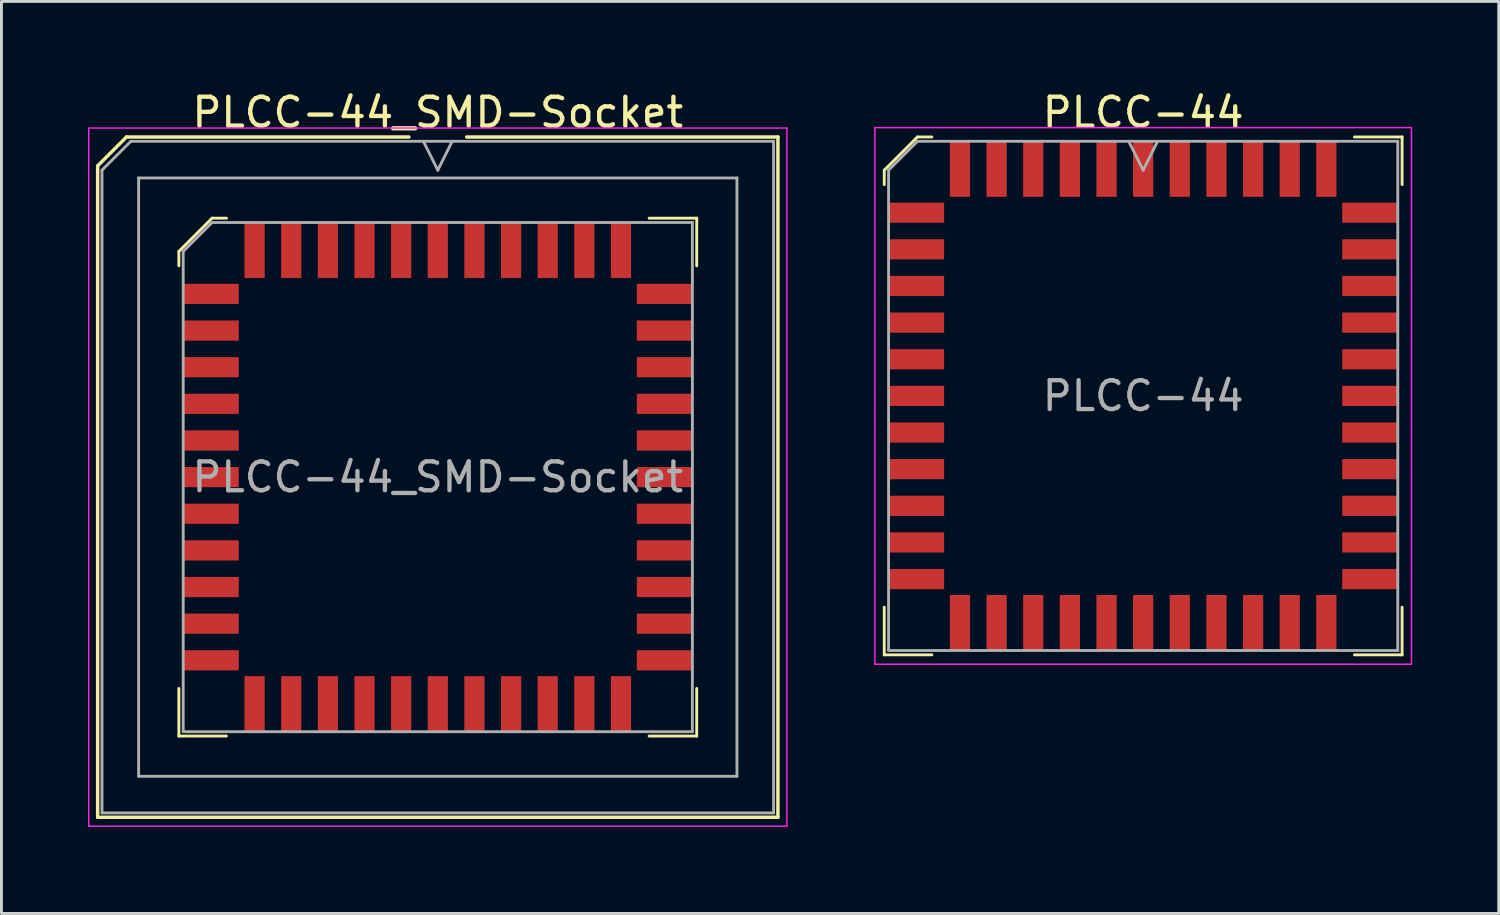
<source format=kicad_pcb>
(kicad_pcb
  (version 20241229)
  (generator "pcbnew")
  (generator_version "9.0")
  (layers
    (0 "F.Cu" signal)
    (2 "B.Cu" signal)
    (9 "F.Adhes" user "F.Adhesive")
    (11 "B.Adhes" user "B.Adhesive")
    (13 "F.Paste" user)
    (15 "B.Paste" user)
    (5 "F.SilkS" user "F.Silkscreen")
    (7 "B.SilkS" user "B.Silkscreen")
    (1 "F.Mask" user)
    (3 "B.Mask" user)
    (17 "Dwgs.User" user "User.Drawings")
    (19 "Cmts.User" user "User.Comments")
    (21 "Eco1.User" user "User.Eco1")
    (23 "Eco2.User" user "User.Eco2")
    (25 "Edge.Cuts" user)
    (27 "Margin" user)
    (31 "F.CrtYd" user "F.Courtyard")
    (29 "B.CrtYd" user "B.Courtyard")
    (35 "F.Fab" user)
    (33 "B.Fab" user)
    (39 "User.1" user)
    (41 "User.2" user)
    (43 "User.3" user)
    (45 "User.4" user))
  (footprint "PLCC-44_SMD-Socket"
    (layer "F.Cu")
    (at 12.125 13.488)
    (property "Reference" "PLCC-44_SMD-Socket" (at 0 -12.64 0) (layer "F.SilkS") (effects (font (size 1 1) (thickness 0.15))))
    (attr smd)
    (fp_line (start -11.79 -10.79) (end -11.79 11.79) (stroke (width 0.12) (type solid)) (layer "F.SilkS"))
    (fp_line (start -11.79 11.79) (end 11.79 11.79) (stroke (width 0.12) (type solid)) (layer "F.SilkS"))
    (fp_line (start -10.79 -11.79) (end -11.79 -10.79) (stroke (width 0.12) (type solid)) (layer "F.SilkS"))
    (fp_line (start -8.975 -7.825) (end -8.975 -7.325) (stroke (width 0.1) (type solid)) (layer "F.SilkS"))
    (fp_line (start -8.975 8.975) (end -8.975 7.325) (stroke (width 0.1) (type solid)) (layer "F.SilkS"))
    (fp_line (start -7.825 -8.975) (end -8.975 -7.825) (stroke (width 0.1) (type solid)) (layer "F.SilkS"))
    (fp_line (start -7.325 -8.975) (end -7.825 -8.975) (stroke (width 0.1) (type solid)) (layer "F.SilkS"))
    (fp_line (start -7.325 8.975) (end -8.975 8.975) (stroke (width 0.1) (type solid)) (layer "F.SilkS"))
    (fp_line (start -1 -11.79) (end -10.79 -11.79) (stroke (width 0.12) (type solid)) (layer "F.SilkS"))
    (fp_line (start 7.325 -8.975) (end 8.975 -8.975) (stroke (width 0.1) (type solid)) (layer "F.SilkS"))
    (fp_line (start 7.325 8.975) (end 8.975 8.975) (stroke (width 0.1) (type solid)) (layer "F.SilkS"))
    (fp_line (start 8.975 -8.975) (end 8.975 -7.325) (stroke (width 0.1) (type solid)) (layer "F.SilkS"))
    (fp_line (start 8.975 8.975) (end 8.975 7.325) (stroke (width 0.1) (type solid)) (layer "F.SilkS"))
    (fp_line (start 11.79 -11.79) (end 1 -11.79) (stroke (width 0.12) (type solid)) (layer "F.SilkS"))
    (fp_line (start 11.79 11.79) (end 11.79 -11.79) (stroke (width 0.12) (type solid)) (layer "F.SilkS"))
    (fp_line (start -12.1 -12.1) (end -12.1 12.1) (stroke (width 0.05) (type solid)) (layer "F.CrtYd"))
    (fp_line (start -12.1 12.1) (end 12.1 12.1) (stroke (width 0.05) (type solid)) (layer "F.CrtYd"))
    (fp_line (start 12.1 -12.1) (end -12.1 -12.1) (stroke (width 0.05) (type solid)) (layer "F.CrtYd"))
    (fp_line (start 12.1 12.1) (end 12.1 -12.1) (stroke (width 0.05) (type solid)) (layer "F.CrtYd"))
    (fp_line (start -11.64 -10.64) (end -11.64 11.64) (stroke (width 0.1) (type solid)) (layer "F.Fab"))
    (fp_line (start -11.64 11.64) (end 11.64 11.64) (stroke (width 0.1) (type solid)) (layer "F.Fab"))
    (fp_line (start -10.64 -11.64) (end -11.64 -10.64) (stroke (width 0.1) (type solid)) (layer "F.Fab"))
    (fp_line (start -10.37 -10.37) (end -10.37 10.37) (stroke (width 0.1) (type solid)) (layer "F.Fab"))
    (fp_line (start -10.37 10.37) (end 10.37 10.37) (stroke (width 0.1) (type solid)) (layer "F.Fab"))
    (fp_line (start -8.825 -7.825) (end -8.825 8.825) (stroke (width 0.1) (type solid)) (layer "F.Fab"))
    (fp_line (start -8.825 8.825) (end 8.825 8.825) (stroke (width 0.1) (type solid)) (layer "F.Fab"))
    (fp_line (start -7.825 -8.825) (end -8.825 -7.825) (stroke (width 0.1) (type solid)) (layer "F.Fab"))
    (fp_line (start -0.5 -11.64) (end 0 -10.64) (stroke (width 0.1) (type solid)) (layer "F.Fab"))
    (fp_line (start 0 -10.64) (end 0.5 -11.64) (stroke (width 0.1) (type solid)) (layer "F.Fab"))
    (fp_line (start 8.825 -8.825) (end -7.825 -8.825) (stroke (width 0.1) (type solid)) (layer "F.Fab"))
    (fp_line (start 8.825 8.825) (end 8.825 -8.825) (stroke (width 0.1) (type solid)) (layer "F.Fab"))
    (fp_line (start 10.37 -10.37) (end -10.37 -10.37) (stroke (width 0.1) (type solid)) (layer "F.Fab"))
    (fp_line (start 10.37 10.37) (end 10.37 -10.37) (stroke (width 0.1) (type solid)) (layer "F.Fab"))
    (fp_line (start 11.64 -11.64) (end -10.64 -11.64) (stroke (width 0.1) (type solid)) (layer "F.Fab"))
    (fp_line (start 11.64 11.64) (end 11.64 -11.64) (stroke (width 0.1) (type solid)) (layer "F.Fab"))
    (fp_text user "${REFERENCE}" (at 0 0 0) (layer "F.Fab") (effects (font (size 1 1) (thickness 0.15))))
    (pad "1" smd rect (at 0 -7.862) (size 0.7 1.925) (layers "F.Cu" "F.Mask" "F.Paste"))
    (pad "2" smd rect (at -1.27 -7.862) (size 0.7 1.925) (layers "F.Cu" "F.Mask" "F.Paste"))
    (pad "3" smd rect (at -2.54 -7.862) (size 0.7 1.925) (layers "F.Cu" "F.Mask" "F.Paste"))
    (pad "4" smd rect (at -3.81 -7.862) (size 0.7 1.925) (layers "F.Cu" "F.Mask" "F.Paste"))
    (pad "5" smd rect (at -5.08 -7.862) (size 0.7 1.925) (layers "F.Cu" "F.Mask" "F.Paste"))
    (pad "6" smd rect (at -6.35 -7.862) (size 0.7 1.925) (layers "F.Cu" "F.Mask" "F.Paste"))
    (pad "7" smd rect (at -7.862 -6.35) (size 1.925 0.7) (layers "F.Cu" "F.Mask" "F.Paste"))
    (pad "8" smd rect (at -7.862 -5.08) (size 1.925 0.7) (layers "F.Cu" "F.Mask" "F.Paste"))
    (pad "9" smd rect (at -7.862 -3.81) (size 1.925 0.7) (layers "F.Cu" "F.Mask" "F.Paste"))
    (pad "10" smd rect (at -7.862 -2.54) (size 1.925 0.7) (layers "F.Cu" "F.Mask" "F.Paste"))
    (pad "11" smd rect (at -7.862 -1.27) (size 1.925 0.7) (layers "F.Cu" "F.Mask" "F.Paste"))
    (pad "12" smd rect (at -7.862 0) (size 1.925 0.7) (layers "F.Cu" "F.Mask" "F.Paste"))
    (pad "13" smd rect (at -7.862 1.27) (size 1.925 0.7) (layers "F.Cu" "F.Mask" "F.Paste"))
    (pad "14" smd rect (at -7.862 2.54) (size 1.925 0.7) (layers "F.Cu" "F.Mask" "F.Paste"))
    (pad "15" smd rect (at -7.862 3.81) (size 1.925 0.7) (layers "F.Cu" "F.Mask" "F.Paste"))
    (pad "16" smd rect (at -7.862 5.08) (size 1.925 0.7) (layers "F.Cu" "F.Mask" "F.Paste"))
    (pad "17" smd rect (at -7.862 6.35) (size 1.925 0.7) (layers "F.Cu" "F.Mask" "F.Paste"))
    (pad "18" smd rect (at -6.35 7.862) (size 0.7 1.925) (layers "F.Cu" "F.Mask" "F.Paste"))
    (pad "19" smd rect (at -5.08 7.862) (size 0.7 1.925) (layers "F.Cu" "F.Mask" "F.Paste"))
    (pad "20" smd rect (at -3.81 7.862) (size 0.7 1.925) (layers "F.Cu" "F.Mask" "F.Paste"))
    (pad "21" smd rect (at -2.54 7.862) (size 0.7 1.925) (layers "F.Cu" "F.Mask" "F.Paste"))
    (pad "22" smd rect (at -1.27 7.862) (size 0.7 1.925) (layers "F.Cu" "F.Mask" "F.Paste"))
    (pad "23" smd rect (at 0 7.862) (size 0.7 1.925) (layers "F.Cu" "F.Mask" "F.Paste"))
    (pad "24" smd rect (at 1.27 7.862) (size 0.7 1.925) (layers "F.Cu" "F.Mask" "F.Paste"))
    (pad "25" smd rect (at 2.54 7.862) (size 0.7 1.925) (layers "F.Cu" "F.Mask" "F.Paste"))
    (pad "26" smd rect (at 3.81 7.862) (size 0.7 1.925) (layers "F.Cu" "F.Mask" "F.Paste"))
    (pad "27" smd rect (at 5.08 7.862) (size 0.7 1.925) (layers "F.Cu" "F.Mask" "F.Paste"))
    (pad "28" smd rect (at 6.35 7.862) (size 0.7 1.925) (layers "F.Cu" "F.Mask" "F.Paste"))
    (pad "29" smd rect (at 7.862 6.35) (size 1.925 0.7) (layers "F.Cu" "F.Mask" "F.Paste"))
    (pad "30" smd rect (at 7.862 5.08) (size 1.925 0.7) (layers "F.Cu" "F.Mask" "F.Paste"))
    (pad "31" smd rect (at 7.862 3.81) (size 1.925 0.7) (layers "F.Cu" "F.Mask" "F.Paste"))
    (pad "32" smd rect (at 7.862 2.54) (size 1.925 0.7) (layers "F.Cu" "F.Mask" "F.Paste"))
    (pad "33" smd rect (at 7.862 1.27) (size 1.925 0.7) (layers "F.Cu" "F.Mask" "F.Paste"))
    (pad "34" smd rect (at 7.862 0) (size 1.925 0.7) (layers "F.Cu" "F.Mask" "F.Paste"))
    (pad "35" smd rect (at 7.862 -1.27) (size 1.925 0.7) (layers "F.Cu" "F.Mask" "F.Paste"))
    (pad "36" smd rect (at 7.862 -2.54) (size 1.925 0.7) (layers "F.Cu" "F.Mask" "F.Paste"))
    (pad "37" smd rect (at 7.862 -3.81) (size 1.925 0.7) (layers "F.Cu" "F.Mask" "F.Paste"))
    (pad "38" smd rect (at 7.862 -5.08) (size 1.925 0.7) (layers "F.Cu" "F.Mask" "F.Paste"))
    (pad "39" smd rect (at 7.862 -6.35) (size 1.925 0.7) (layers "F.Cu" "F.Mask" "F.Paste"))
    (pad "40" smd rect (at 6.35 -7.862) (size 0.7 1.925) (layers "F.Cu" "F.Mask" "F.Paste"))
    (pad "41" smd rect (at 5.08 -7.862) (size 0.7 1.925) (layers "F.Cu" "F.Mask" "F.Paste"))
    (pad "42" smd rect (at 3.81 -7.862) (size 0.7 1.925) (layers "F.Cu" "F.Mask" "F.Paste"))
    (pad "43" smd rect (at 2.54 -7.862) (size 0.7 1.925) (layers "F.Cu" "F.Mask" "F.Paste"))
    (pad "44" smd rect (at 1.27 -7.862) (size 0.7 1.925) (layers "F.Cu" "F.Mask" "F.Paste")))
  (footprint "PLCC-44"
    (layer "F.Cu")
    (at 36.575 10.673)
    (property "Reference" "PLCC-44" (at 0 -9.825 0) (layer "F.SilkS") (effects (font (size 1 1) (thickness 0.15))))
    (attr smd)
    (fp_line (start -8.975 -7.825) (end -8.975 -7.325) (stroke (width 0.1) (type solid)) (layer "F.SilkS"))
    (fp_line (start -8.975 8.975) (end -8.975 7.325) (stroke (width 0.1) (type solid)) (layer "F.SilkS"))
    (fp_line (start -7.825 -8.975) (end -8.975 -7.825) (stroke (width 0.1) (type solid)) (layer "F.SilkS"))
    (fp_line (start -7.325 -8.975) (end -7.825 -8.975) (stroke (width 0.1) (type solid)) (layer "F.SilkS"))
    (fp_line (start -7.325 8.975) (end -8.975 8.975) (stroke (width 0.1) (type solid)) (layer "F.SilkS"))
    (fp_line (start 7.325 -8.975) (end 8.975 -8.975) (stroke (width 0.1) (type solid)) (layer "F.SilkS"))
    (fp_line (start 7.325 8.975) (end 8.975 8.975) (stroke (width 0.1) (type solid)) (layer "F.SilkS"))
    (fp_line (start 8.975 -8.975) (end 8.975 -7.325) (stroke (width 0.1) (type solid)) (layer "F.SilkS"))
    (fp_line (start 8.975 8.975) (end 8.975 7.325) (stroke (width 0.1) (type solid)) (layer "F.SilkS"))
    (fp_line (start -9.3 -9.3) (end -9.3 9.3) (stroke (width 0.05) (type solid)) (layer "F.CrtYd"))
    (fp_line (start -9.3 9.3) (end 9.3 9.3) (stroke (width 0.05) (type solid)) (layer "F.CrtYd"))
    (fp_line (start 9.3 -9.3) (end -9.3 -9.3) (stroke (width 0.05) (type solid)) (layer "F.CrtYd"))
    (fp_line (start 9.3 9.3) (end 9.3 -9.3) (stroke (width 0.05) (type solid)) (layer "F.CrtYd"))
    (fp_line (start -8.825 -7.825) (end -8.825 8.825) (stroke (width 0.1) (type solid)) (layer "F.Fab"))
    (fp_line (start -8.825 8.825) (end 8.825 8.825) (stroke (width 0.1) (type solid)) (layer "F.Fab"))
    (fp_line (start -7.825 -8.825) (end -8.825 -7.825) (stroke (width 0.1) (type solid)) (layer "F.Fab"))
    (fp_line (start -0.5 -8.825) (end 0 -7.825) (stroke (width 0.1) (type solid)) (layer "F.Fab"))
    (fp_line (start 0 -7.825) (end 0.5 -8.825) (stroke (width 0.1) (type solid)) (layer "F.Fab"))
    (fp_line (start 8.825 -8.825) (end -7.825 -8.825) (stroke (width 0.1) (type solid)) (layer "F.Fab"))
    (fp_line (start 8.825 8.825) (end 8.825 -8.825) (stroke (width 0.1) (type solid)) (layer "F.Fab"))
    (fp_text user "${REFERENCE}" (at 0 0 0) (layer "F.Fab") (effects (font (size 1 1) (thickness 0.15))))
    (pad "1" smd rect (at 0 -7.862) (size 0.7 1.925) (layers "F.Cu" "F.Mask" "F.Paste"))
    (pad "2" smd rect (at -1.27 -7.862) (size 0.7 1.925) (layers "F.Cu" "F.Mask" "F.Paste"))
    (pad "3" smd rect (at -2.54 -7.862) (size 0.7 1.925) (layers "F.Cu" "F.Mask" "F.Paste"))
    (pad "4" smd rect (at -3.81 -7.862) (size 0.7 1.925) (layers "F.Cu" "F.Mask" "F.Paste"))
    (pad "5" smd rect (at -5.08 -7.862) (size 0.7 1.925) (layers "F.Cu" "F.Mask" "F.Paste"))
    (pad "6" smd rect (at -6.35 -7.862) (size 0.7 1.925) (layers "F.Cu" "F.Mask" "F.Paste"))
    (pad "7" smd rect (at -7.862 -6.35) (size 1.925 0.7) (layers "F.Cu" "F.Mask" "F.Paste"))
    (pad "8" smd rect (at -7.862 -5.08) (size 1.925 0.7) (layers "F.Cu" "F.Mask" "F.Paste"))
    (pad "9" smd rect (at -7.862 -3.81) (size 1.925 0.7) (layers "F.Cu" "F.Mask" "F.Paste"))
    (pad "10" smd rect (at -7.862 -2.54) (size 1.925 0.7) (layers "F.Cu" "F.Mask" "F.Paste"))
    (pad "11" smd rect (at -7.862 -1.27) (size 1.925 0.7) (layers "F.Cu" "F.Mask" "F.Paste"))
    (pad "12" smd rect (at -7.862 0) (size 1.925 0.7) (layers "F.Cu" "F.Mask" "F.Paste"))
    (pad "13" smd rect (at -7.862 1.27) (size 1.925 0.7) (layers "F.Cu" "F.Mask" "F.Paste"))
    (pad "14" smd rect (at -7.862 2.54) (size 1.925 0.7) (layers "F.Cu" "F.Mask" "F.Paste"))
    (pad "15" smd rect (at -7.862 3.81) (size 1.925 0.7) (layers "F.Cu" "F.Mask" "F.Paste"))
    (pad "16" smd rect (at -7.862 5.08) (size 1.925 0.7) (layers "F.Cu" "F.Mask" "F.Paste"))
    (pad "17" smd rect (at -7.862 6.35) (size 1.925 0.7) (layers "F.Cu" "F.Mask" "F.Paste"))
    (pad "18" smd rect (at -6.35 7.862) (size 0.7 1.925) (layers "F.Cu" "F.Mask" "F.Paste"))
    (pad "19" smd rect (at -5.08 7.862) (size 0.7 1.925) (layers "F.Cu" "F.Mask" "F.Paste"))
    (pad "20" smd rect (at -3.81 7.862) (size 0.7 1.925) (layers "F.Cu" "F.Mask" "F.Paste"))
    (pad "21" smd rect (at -2.54 7.862) (size 0.7 1.925) (layers "F.Cu" "F.Mask" "F.Paste"))
    (pad "22" smd rect (at -1.27 7.862) (size 0.7 1.925) (layers "F.Cu" "F.Mask" "F.Paste"))
    (pad "23" smd rect (at 0 7.862) (size 0.7 1.925) (layers "F.Cu" "F.Mask" "F.Paste"))
    (pad "24" smd rect (at 1.27 7.862) (size 0.7 1.925) (layers "F.Cu" "F.Mask" "F.Paste"))
    (pad "25" smd rect (at 2.54 7.862) (size 0.7 1.925) (layers "F.Cu" "F.Mask" "F.Paste"))
    (pad "26" smd rect (at 3.81 7.862) (size 0.7 1.925) (layers "F.Cu" "F.Mask" "F.Paste"))
    (pad "27" smd rect (at 5.08 7.862) (size 0.7 1.925) (layers "F.Cu" "F.Mask" "F.Paste"))
    (pad "28" smd rect (at 6.35 7.862) (size 0.7 1.925) (layers "F.Cu" "F.Mask" "F.Paste"))
    (pad "29" smd rect (at 7.862 6.35) (size 1.925 0.7) (layers "F.Cu" "F.Mask" "F.Paste"))
    (pad "30" smd rect (at 7.862 5.08) (size 1.925 0.7) (layers "F.Cu" "F.Mask" "F.Paste"))
    (pad "31" smd rect (at 7.862 3.81) (size 1.925 0.7) (layers "F.Cu" "F.Mask" "F.Paste"))
    (pad "32" smd rect (at 7.862 2.54) (size 1.925 0.7) (layers "F.Cu" "F.Mask" "F.Paste"))
    (pad "33" smd rect (at 7.862 1.27) (size 1.925 0.7) (layers "F.Cu" "F.Mask" "F.Paste"))
    (pad "34" smd rect (at 7.862 0) (size 1.925 0.7) (layers "F.Cu" "F.Mask" "F.Paste"))
    (pad "35" smd rect (at 7.862 -1.27) (size 1.925 0.7) (layers "F.Cu" "F.Mask" "F.Paste"))
    (pad "36" smd rect (at 7.862 -2.54) (size 1.925 0.7) (layers "F.Cu" "F.Mask" "F.Paste"))
    (pad "37" smd rect (at 7.862 -3.81) (size 1.925 0.7) (layers "F.Cu" "F.Mask" "F.Paste"))
    (pad "38" smd rect (at 7.862 -5.08) (size 1.925 0.7) (layers "F.Cu" "F.Mask" "F.Paste"))
    (pad "39" smd rect (at 7.862 -6.35) (size 1.925 0.7) (layers "F.Cu" "F.Mask" "F.Paste"))
    (pad "40" smd rect (at 6.35 -7.862) (size 0.7 1.925) (layers "F.Cu" "F.Mask" "F.Paste"))
    (pad "41" smd rect (at 5.08 -7.862) (size 0.7 1.925) (layers "F.Cu" "F.Mask" "F.Paste"))
    (pad "42" smd rect (at 3.81 -7.862) (size 0.7 1.925) (layers "F.Cu" "F.Mask" "F.Paste"))
    (pad "43" smd rect (at 2.54 -7.862) (size 0.7 1.925) (layers "F.Cu" "F.Mask" "F.Paste"))
    (pad "44" smd rect (at 1.27 -7.862) (size 0.7 1.925) (layers "F.Cu" "F.Mask" "F.Paste")))
  (gr_rect
    (start -3 -3)
    (end 48.9 28.613)
    (stroke (width 0.1) (type default))
    (fill no)
    (layer "Edge.Cuts")))
</source>
